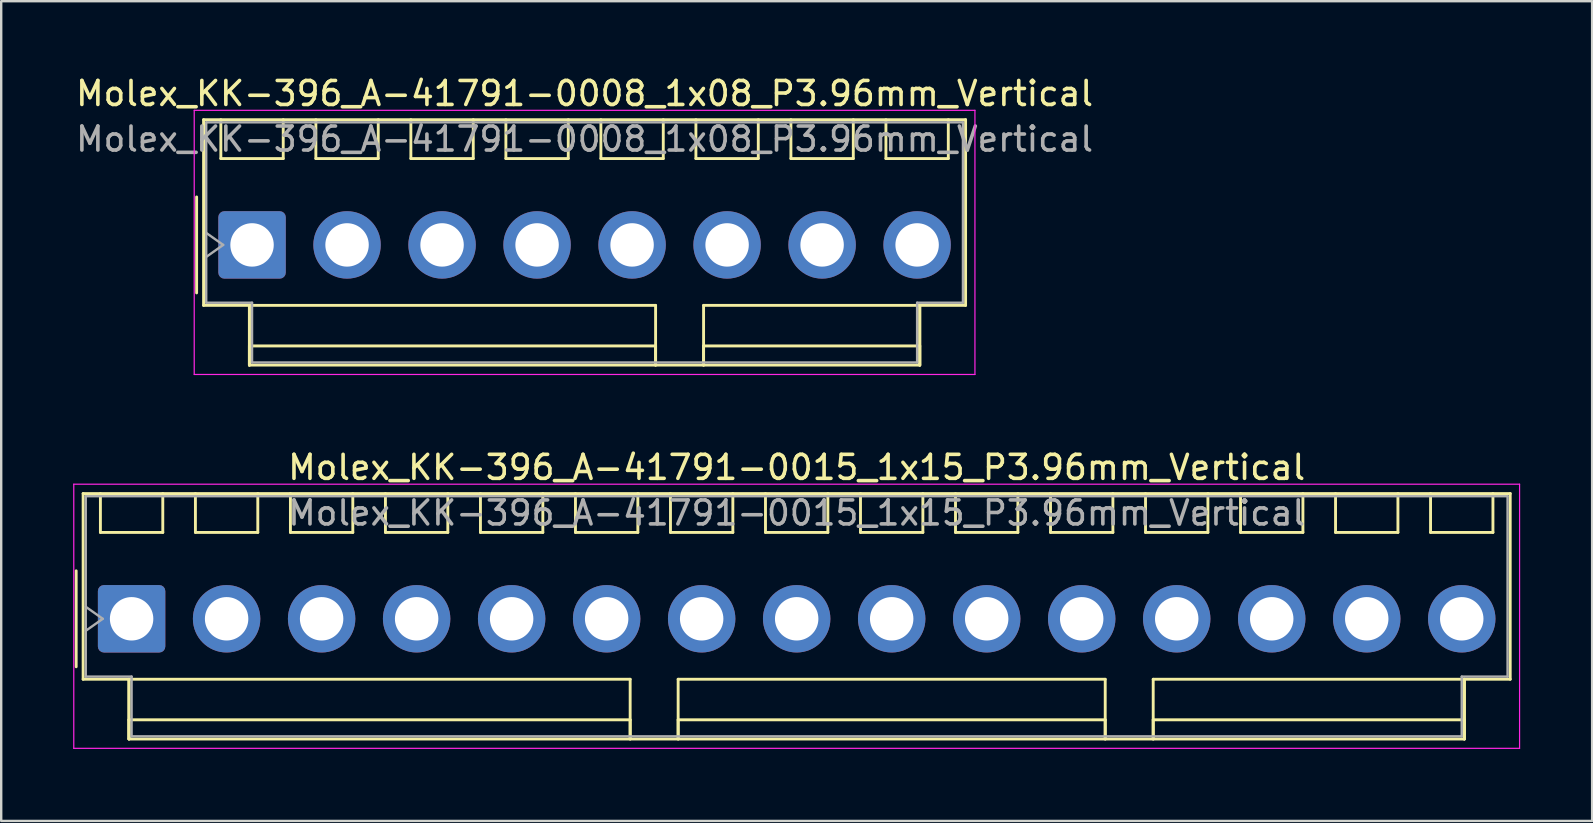
<source format=kicad_pcb>
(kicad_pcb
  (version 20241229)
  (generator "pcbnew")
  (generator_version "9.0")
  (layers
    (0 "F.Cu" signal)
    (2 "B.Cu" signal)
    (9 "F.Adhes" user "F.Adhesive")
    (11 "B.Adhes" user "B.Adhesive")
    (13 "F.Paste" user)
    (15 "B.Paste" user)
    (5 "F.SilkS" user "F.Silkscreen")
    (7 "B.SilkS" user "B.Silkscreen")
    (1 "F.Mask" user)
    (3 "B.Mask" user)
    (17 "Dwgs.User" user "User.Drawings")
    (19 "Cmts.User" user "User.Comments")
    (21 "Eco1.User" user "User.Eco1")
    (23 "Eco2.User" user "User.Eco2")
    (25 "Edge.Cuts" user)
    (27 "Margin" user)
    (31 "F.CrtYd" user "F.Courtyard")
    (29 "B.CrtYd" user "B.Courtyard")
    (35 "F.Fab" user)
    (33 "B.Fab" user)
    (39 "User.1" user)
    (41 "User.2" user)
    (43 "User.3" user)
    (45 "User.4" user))
  (footprint "Molex_KK-396_A-41791-0015_1x15_P3.96mm_Vertical"
    (layer "F.Cu")
    (at 2.435 22.741)
    (property "Reference" "Molex_KK-396_A-41791-0015_1x15_P3.96mm_Vertical" (at 27.72 -6.31 0) (layer "F.SilkS") (effects (font (size 1 1) (thickness 0.15))))
    (attr through_hole)
    (fp_line (start -2.31 -2) (end -2.31 2) (stroke (width 0.12) (type solid)) (layer "F.SilkS"))
    (fp_line (start -2.02 -5.22) (end 57.46 -5.22) (stroke (width 0.12) (type solid)) (layer "F.SilkS"))
    (fp_line (start -2.02 2.52) (end -2.02 -5.22) (stroke (width 0.12) (type solid)) (layer "F.SilkS"))
    (fp_line (start -1.3 -5.22) (end -1.3 -3.6) (stroke (width 0.12) (type solid)) (layer "F.SilkS"))
    (fp_line (start -1.3 -3.6) (end 1.3 -3.6) (stroke (width 0.12) (type solid)) (layer "F.SilkS"))
    (fp_line (start -0.11 2.52) (end -2.02 2.52) (stroke (width 0.12) (type solid)) (layer "F.SilkS"))
    (fp_line (start -0.11 2.52) (end 20.78 2.52) (stroke (width 0.12) (type solid)) (layer "F.SilkS"))
    (fp_line (start -0.11 4.21) (end 20.78 4.21) (stroke (width 0.12) (type solid)) (layer "F.SilkS"))
    (fp_line (start -0.11 5.01) (end -0.11 2.52) (stroke (width 0.12) (type solid)) (layer "F.SilkS"))
    (fp_line (start -0.11 5.01) (end -0.11 2.52) (stroke (width 0.12) (type solid)) (layer "F.SilkS"))
    (fp_line (start -0.11 5.01) (end -0.11 4.21) (stroke (width 0.12) (type solid)) (layer "F.SilkS"))
    (fp_line (start 1.3 -3.6) (end 1.3 -5.22) (stroke (width 0.12) (type solid)) (layer "F.SilkS"))
    (fp_line (start 2.66 -5.22) (end 2.66 -3.6) (stroke (width 0.12) (type solid)) (layer "F.SilkS"))
    (fp_line (start 2.66 -3.6) (end 5.26 -3.6) (stroke (width 0.12) (type solid)) (layer "F.SilkS"))
    (fp_line (start 5.26 -3.6) (end 5.26 -5.22) (stroke (width 0.12) (type solid)) (layer "F.SilkS"))
    (fp_line (start 6.62 -5.22) (end 6.62 -3.6) (stroke (width 0.12) (type solid)) (layer "F.SilkS"))
    (fp_line (start 6.62 -3.6) (end 9.22 -3.6) (stroke (width 0.12) (type solid)) (layer "F.SilkS"))
    (fp_line (start 9.22 -3.6) (end 9.22 -5.22) (stroke (width 0.12) (type solid)) (layer "F.SilkS"))
    (fp_line (start 10.58 -5.22) (end 10.58 -3.6) (stroke (width 0.12) (type solid)) (layer "F.SilkS"))
    (fp_line (start 10.58 -3.6) (end 13.18 -3.6) (stroke (width 0.12) (type solid)) (layer "F.SilkS"))
    (fp_line (start 13.18 -3.6) (end 13.18 -5.22) (stroke (width 0.12) (type solid)) (layer "F.SilkS"))
    (fp_line (start 14.54 -5.22) (end 14.54 -3.6) (stroke (width 0.12) (type solid)) (layer "F.SilkS"))
    (fp_line (start 14.54 -3.6) (end 17.14 -3.6) (stroke (width 0.12) (type solid)) (layer "F.SilkS"))
    (fp_line (start 17.14 -3.6) (end 17.14 -5.22) (stroke (width 0.12) (type solid)) (layer "F.SilkS"))
    (fp_line (start 18.5 -5.22) (end 18.5 -3.6) (stroke (width 0.12) (type solid)) (layer "F.SilkS"))
    (fp_line (start 18.5 -3.6) (end 21.1 -3.6) (stroke (width 0.12) (type solid)) (layer "F.SilkS"))
    (fp_line (start 20.78 2.52) (end 20.78 5.01) (stroke (width 0.12) (type solid)) (layer "F.SilkS"))
    (fp_line (start 20.78 4.21) (end 20.78 5.01) (stroke (width 0.12) (type solid)) (layer "F.SilkS"))
    (fp_line (start 21.1 -3.6) (end 21.1 -5.22) (stroke (width 0.12) (type solid)) (layer "F.SilkS"))
    (fp_line (start 22.46 -5.22) (end 22.46 -3.6) (stroke (width 0.12) (type solid)) (layer "F.SilkS"))
    (fp_line (start 22.46 -3.6) (end 25.06 -3.6) (stroke (width 0.12) (type solid)) (layer "F.SilkS"))
    (fp_line (start 22.78 2.52) (end 40.58 2.52) (stroke (width 0.12) (type solid)) (layer "F.SilkS"))
    (fp_line (start 22.78 4.21) (end 40.58 4.21) (stroke (width 0.12) (type solid)) (layer "F.SilkS"))
    (fp_line (start 22.78 5.01) (end 22.78 2.52) (stroke (width 0.12) (type solid)) (layer "F.SilkS"))
    (fp_line (start 22.78 5.01) (end 22.78 4.21) (stroke (width 0.12) (type solid)) (layer "F.SilkS"))
    (fp_line (start 25.06 -3.6) (end 25.06 -5.22) (stroke (width 0.12) (type solid)) (layer "F.SilkS"))
    (fp_line (start 26.42 -5.22) (end 26.42 -3.6) (stroke (width 0.12) (type solid)) (layer "F.SilkS"))
    (fp_line (start 26.42 -3.6) (end 29.02 -3.6) (stroke (width 0.12) (type solid)) (layer "F.SilkS"))
    (fp_line (start 29.02 -3.6) (end 29.02 -5.22) (stroke (width 0.12) (type solid)) (layer "F.SilkS"))
    (fp_line (start 30.38 -5.22) (end 30.38 -3.6) (stroke (width 0.12) (type solid)) (layer "F.SilkS"))
    (fp_line (start 30.38 -3.6) (end 32.98 -3.6) (stroke (width 0.12) (type solid)) (layer "F.SilkS"))
    (fp_line (start 32.98 -3.6) (end 32.98 -5.22) (stroke (width 0.12) (type solid)) (layer "F.SilkS"))
    (fp_line (start 34.34 -5.22) (end 34.34 -3.6) (stroke (width 0.12) (type solid)) (layer "F.SilkS"))
    (fp_line (start 34.34 -3.6) (end 36.94 -3.6) (stroke (width 0.12) (type solid)) (layer "F.SilkS"))
    (fp_line (start 36.94 -3.6) (end 36.94 -5.22) (stroke (width 0.12) (type solid)) (layer "F.SilkS"))
    (fp_line (start 38.3 -5.22) (end 38.3 -3.6) (stroke (width 0.12) (type solid)) (layer "F.SilkS"))
    (fp_line (start 38.3 -3.6) (end 40.9 -3.6) (stroke (width 0.12) (type solid)) (layer "F.SilkS"))
    (fp_line (start 40.58 2.52) (end 40.58 5.01) (stroke (width 0.12) (type solid)) (layer "F.SilkS"))
    (fp_line (start 40.58 4.21) (end 40.58 5.01) (stroke (width 0.12) (type solid)) (layer "F.SilkS"))
    (fp_line (start 40.9 -3.6) (end 40.9 -5.22) (stroke (width 0.12) (type solid)) (layer "F.SilkS"))
    (fp_line (start 42.26 -5.22) (end 42.26 -3.6) (stroke (width 0.12) (type solid)) (layer "F.SilkS"))
    (fp_line (start 42.26 -3.6) (end 44.86 -3.6) (stroke (width 0.12) (type solid)) (layer "F.SilkS"))
    (fp_line (start 42.58 2.52) (end 42.58 5.01) (stroke (width 0.12) (type solid)) (layer "F.SilkS"))
    (fp_line (start 42.58 4.21) (end 42.58 5.01) (stroke (width 0.12) (type solid)) (layer "F.SilkS"))
    (fp_line (start 44.86 -3.6) (end 44.86 -5.22) (stroke (width 0.12) (type solid)) (layer "F.SilkS"))
    (fp_line (start 46.22 -5.22) (end 46.22 -3.6) (stroke (width 0.12) (type solid)) (layer "F.SilkS"))
    (fp_line (start 46.22 -3.6) (end 48.82 -3.6) (stroke (width 0.12) (type solid)) (layer "F.SilkS"))
    (fp_line (start 48.82 -3.6) (end 48.82 -5.22) (stroke (width 0.12) (type solid)) (layer "F.SilkS"))
    (fp_line (start 50.18 -5.22) (end 50.18 -3.6) (stroke (width 0.12) (type solid)) (layer "F.SilkS"))
    (fp_line (start 50.18 -3.6) (end 52.78 -3.6) (stroke (width 0.12) (type solid)) (layer "F.SilkS"))
    (fp_line (start 52.78 -3.6) (end 52.78 -5.22) (stroke (width 0.12) (type solid)) (layer "F.SilkS"))
    (fp_line (start 54.14 -5.22) (end 54.14 -3.6) (stroke (width 0.12) (type solid)) (layer "F.SilkS"))
    (fp_line (start 54.14 -3.6) (end 56.74 -3.6) (stroke (width 0.12) (type solid)) (layer "F.SilkS"))
    (fp_line (start 55.55 2.52) (end 42.58 2.52) (stroke (width 0.12) (type solid)) (layer "F.SilkS"))
    (fp_line (start 55.55 2.52) (end 55.55 5.01) (stroke (width 0.12) (type solid)) (layer "F.SilkS"))
    (fp_line (start 55.55 4.21) (end 42.58 4.21) (stroke (width 0.12) (type solid)) (layer "F.SilkS"))
    (fp_line (start 55.55 5.01) (end -0.11 5.01) (stroke (width 0.12) (type solid)) (layer "F.SilkS"))
    (fp_line (start 55.55 5.01) (end 55.55 2.52) (stroke (width 0.12) (type solid)) (layer "F.SilkS"))
    (fp_line (start 55.55 5.01) (end 55.55 4.21) (stroke (width 0.12) (type solid)) (layer "F.SilkS"))
    (fp_line (start 56.74 -3.6) (end 56.74 -5.22) (stroke (width 0.12) (type solid)) (layer "F.SilkS"))
    (fp_line (start 57.46 -5.22) (end 57.46 2.52) (stroke (width 0.12) (type solid)) (layer "F.SilkS"))
    (fp_line (start 57.46 2.52) (end 55.55 2.52) (stroke (width 0.12) (type solid)) (layer "F.SilkS"))
    (fp_line (start -2.41 -5.61) (end -2.41 5.4) (stroke (width 0.05) (type solid)) (layer "F.CrtYd"))
    (fp_line (start -2.41 5.4) (end 57.85 5.4) (stroke (width 0.05) (type solid)) (layer "F.CrtYd"))
    (fp_line (start 57.85 -5.61) (end -2.41 -5.61) (stroke (width 0.05) (type solid)) (layer "F.CrtYd"))
    (fp_line (start 57.85 5.4) (end 57.85 -5.61) (stroke (width 0.05) (type solid)) (layer "F.CrtYd"))
    (fp_line (start -1.91 -5.11) (end 57.35 -5.11) (stroke (width 0.1) (type solid)) (layer "F.Fab"))
    (fp_line (start -1.91 -0.5) (end -1.203 0) (stroke (width 0.1) (type solid)) (layer "F.Fab"))
    (fp_line (start -1.91 2.41) (end -1.91 -5.11) (stroke (width 0.1) (type solid)) (layer "F.Fab"))
    (fp_line (start -1.203 0) (end -1.91 0.5) (stroke (width 0.1) (type solid)) (layer "F.Fab"))
    (fp_line (start 0 2.41) (end -1.91 2.41) (stroke (width 0.1) (type solid)) (layer "F.Fab"))
    (fp_line (start 0 4.9) (end 0 2.41) (stroke (width 0.1) (type solid)) (layer "F.Fab"))
    (fp_line (start 55.44 2.41) (end 55.44 4.9) (stroke (width 0.1) (type solid)) (layer "F.Fab"))
    (fp_line (start 55.44 4.9) (end 0 4.9) (stroke (width 0.1) (type solid)) (layer "F.Fab"))
    (fp_line (start 57.35 -5.11) (end 57.35 2.41) (stroke (width 0.1) (type solid)) (layer "F.Fab"))
    (fp_line (start 57.35 2.41) (end 55.44 2.41) (stroke (width 0.1) (type solid)) (layer "F.Fab"))
    (fp_text user "${REFERENCE}" (at 27.72 -4.41 0) (layer "F.Fab") (effects (font (size 1 1) (thickness 0.15))))
    (pad "1" thru_hole roundrect (at 0 0) (size 2.81 2.81) (drill 1.81) (layers "*.Cu" "*.Mask") (roundrect_rratio 0.089))
    (pad "2" thru_hole circle (at 3.96 0) (size 2.81 2.81) (drill 1.81) (layers "*.Cu" "*.Mask"))
    (pad "3" thru_hole circle (at 7.92 0) (size 2.81 2.81) (drill 1.81) (layers "*.Cu" "*.Mask"))
    (pad "4" thru_hole circle (at 11.88 0) (size 2.81 2.81) (drill 1.81) (layers "*.Cu" "*.Mask"))
    (pad "5" thru_hole circle (at 15.84 0) (size 2.81 2.81) (drill 1.81) (layers "*.Cu" "*.Mask"))
    (pad "6" thru_hole circle (at 19.8 0) (size 2.81 2.81) (drill 1.81) (layers "*.Cu" "*.Mask"))
    (pad "7" thru_hole circle (at 23.76 0) (size 2.81 2.81) (drill 1.81) (layers "*.Cu" "*.Mask"))
    (pad "8" thru_hole circle (at 27.72 0) (size 2.81 2.81) (drill 1.81) (layers "*.Cu" "*.Mask"))
    (pad "9" thru_hole circle (at 31.68 0) (size 2.81 2.81) (drill 1.81) (layers "*.Cu" "*.Mask"))
    (pad "10" thru_hole circle (at 35.64 0) (size 2.81 2.81) (drill 1.81) (layers "*.Cu" "*.Mask"))
    (pad "11" thru_hole circle (at 39.6 0) (size 2.81 2.81) (drill 1.81) (layers "*.Cu" "*.Mask"))
    (pad "12" thru_hole circle (at 43.56 0) (size 2.81 2.81) (drill 1.81) (layers "*.Cu" "*.Mask"))
    (pad "13" thru_hole circle (at 47.52 0) (size 2.81 2.81) (drill 1.81) (layers "*.Cu" "*.Mask"))
    (pad "14" thru_hole circle (at 51.48 0) (size 2.81 2.81) (drill 1.81) (layers "*.Cu" "*.Mask"))
    (pad "15" thru_hole circle (at 55.44 0) (size 2.81 2.81) (drill 1.81) (layers "*.Cu" "*.Mask")))
  (footprint "Molex_KK-396_A-41791-0008_1x08_P3.96mm_Vertical"
    (layer "F.Cu")
    (at 7.455 7.158)
    (property "Reference" "Molex_KK-396_A-41791-0008_1x08_P3.96mm_Vertical" (at 13.86 -6.31 0) (layer "F.SilkS") (effects (font (size 1 1) (thickness 0.15))))
    (attr through_hole)
    (fp_line (start -2.31 -2) (end -2.31 2) (stroke (width 0.12) (type solid)) (layer "F.SilkS"))
    (fp_line (start -2.02 -5.22) (end 29.74 -5.22) (stroke (width 0.12) (type solid)) (layer "F.SilkS"))
    (fp_line (start -2.02 2.52) (end -2.02 -5.22) (stroke (width 0.12) (type solid)) (layer "F.SilkS"))
    (fp_line (start -1.3 -5.22) (end -1.3 -3.6) (stroke (width 0.12) (type solid)) (layer "F.SilkS"))
    (fp_line (start -1.3 -3.6) (end 1.3 -3.6) (stroke (width 0.12) (type solid)) (layer "F.SilkS"))
    (fp_line (start -0.11 2.52) (end -2.02 2.52) (stroke (width 0.12) (type solid)) (layer "F.SilkS"))
    (fp_line (start -0.11 2.52) (end 16.82 2.52) (stroke (width 0.12) (type solid)) (layer "F.SilkS"))
    (fp_line (start -0.11 4.21) (end 16.82 4.21) (stroke (width 0.12) (type solid)) (layer "F.SilkS"))
    (fp_line (start -0.11 5.01) (end -0.11 2.52) (stroke (width 0.12) (type solid)) (layer "F.SilkS"))
    (fp_line (start -0.11 5.01) (end -0.11 2.52) (stroke (width 0.12) (type solid)) (layer "F.SilkS"))
    (fp_line (start -0.11 5.01) (end -0.11 4.21) (stroke (width 0.12) (type solid)) (layer "F.SilkS"))
    (fp_line (start 1.3 -3.6) (end 1.3 -5.22) (stroke (width 0.12) (type solid)) (layer "F.SilkS"))
    (fp_line (start 2.66 -5.22) (end 2.66 -3.6) (stroke (width 0.12) (type solid)) (layer "F.SilkS"))
    (fp_line (start 2.66 -3.6) (end 5.26 -3.6) (stroke (width 0.12) (type solid)) (layer "F.SilkS"))
    (fp_line (start 5.26 -3.6) (end 5.26 -5.22) (stroke (width 0.12) (type solid)) (layer "F.SilkS"))
    (fp_line (start 6.62 -5.22) (end 6.62 -3.6) (stroke (width 0.12) (type solid)) (layer "F.SilkS"))
    (fp_line (start 6.62 -3.6) (end 9.22 -3.6) (stroke (width 0.12) (type solid)) (layer "F.SilkS"))
    (fp_line (start 9.22 -3.6) (end 9.22 -5.22) (stroke (width 0.12) (type solid)) (layer "F.SilkS"))
    (fp_line (start 10.58 -5.22) (end 10.58 -3.6) (stroke (width 0.12) (type solid)) (layer "F.SilkS"))
    (fp_line (start 10.58 -3.6) (end 13.18 -3.6) (stroke (width 0.12) (type solid)) (layer "F.SilkS"))
    (fp_line (start 13.18 -3.6) (end 13.18 -5.22) (stroke (width 0.12) (type solid)) (layer "F.SilkS"))
    (fp_line (start 14.54 -5.22) (end 14.54 -3.6) (stroke (width 0.12) (type solid)) (layer "F.SilkS"))
    (fp_line (start 14.54 -3.6) (end 17.14 -3.6) (stroke (width 0.12) (type solid)) (layer "F.SilkS"))
    (fp_line (start 16.82 2.52) (end 16.82 5.01) (stroke (width 0.12) (type solid)) (layer "F.SilkS"))
    (fp_line (start 16.82 4.21) (end 16.82 5.01) (stroke (width 0.12) (type solid)) (layer "F.SilkS"))
    (fp_line (start 17.14 -3.6) (end 17.14 -5.22) (stroke (width 0.12) (type solid)) (layer "F.SilkS"))
    (fp_line (start 18.5 -5.22) (end 18.5 -3.6) (stroke (width 0.12) (type solid)) (layer "F.SilkS"))
    (fp_line (start 18.5 -3.6) (end 21.1 -3.6) (stroke (width 0.12) (type solid)) (layer "F.SilkS"))
    (fp_line (start 18.82 2.52) (end 18.82 5.01) (stroke (width 0.12) (type solid)) (layer "F.SilkS"))
    (fp_line (start 18.82 4.21) (end 18.82 5.01) (stroke (width 0.12) (type solid)) (layer "F.SilkS"))
    (fp_line (start 21.1 -3.6) (end 21.1 -5.22) (stroke (width 0.12) (type solid)) (layer "F.SilkS"))
    (fp_line (start 22.46 -5.22) (end 22.46 -3.6) (stroke (width 0.12) (type solid)) (layer "F.SilkS"))
    (fp_line (start 22.46 -3.6) (end 25.06 -3.6) (stroke (width 0.12) (type solid)) (layer "F.SilkS"))
    (fp_line (start 25.06 -3.6) (end 25.06 -5.22) (stroke (width 0.12) (type solid)) (layer "F.SilkS"))
    (fp_line (start 26.42 -5.22) (end 26.42 -3.6) (stroke (width 0.12) (type solid)) (layer "F.SilkS"))
    (fp_line (start 26.42 -3.6) (end 29.02 -3.6) (stroke (width 0.12) (type solid)) (layer "F.SilkS"))
    (fp_line (start 27.83 2.52) (end 18.82 2.52) (stroke (width 0.12) (type solid)) (layer "F.SilkS"))
    (fp_line (start 27.83 2.52) (end 27.83 5.01) (stroke (width 0.12) (type solid)) (layer "F.SilkS"))
    (fp_line (start 27.83 4.21) (end 18.82 4.21) (stroke (width 0.12) (type solid)) (layer "F.SilkS"))
    (fp_line (start 27.83 5.01) (end -0.11 5.01) (stroke (width 0.12) (type solid)) (layer "F.SilkS"))
    (fp_line (start 27.83 5.01) (end 27.83 2.52) (stroke (width 0.12) (type solid)) (layer "F.SilkS"))
    (fp_line (start 27.83 5.01) (end 27.83 4.21) (stroke (width 0.12) (type solid)) (layer "F.SilkS"))
    (fp_line (start 29.02 -3.6) (end 29.02 -5.22) (stroke (width 0.12) (type solid)) (layer "F.SilkS"))
    (fp_line (start 29.74 -5.22) (end 29.74 2.52) (stroke (width 0.12) (type solid)) (layer "F.SilkS"))
    (fp_line (start 29.74 2.52) (end 27.83 2.52) (stroke (width 0.12) (type solid)) (layer "F.SilkS"))
    (fp_line (start -2.41 -5.61) (end -2.41 5.4) (stroke (width 0.05) (type solid)) (layer "F.CrtYd"))
    (fp_line (start -2.41 5.4) (end 30.13 5.4) (stroke (width 0.05) (type solid)) (layer "F.CrtYd"))
    (fp_line (start 30.13 -5.61) (end -2.41 -5.61) (stroke (width 0.05) (type solid)) (layer "F.CrtYd"))
    (fp_line (start 30.13 5.4) (end 30.13 -5.61) (stroke (width 0.05) (type solid)) (layer "F.CrtYd"))
    (fp_line (start -1.91 -5.11) (end 29.63 -5.11) (stroke (width 0.1) (type solid)) (layer "F.Fab"))
    (fp_line (start -1.91 -0.5) (end -1.203 0) (stroke (width 0.1) (type solid)) (layer "F.Fab"))
    (fp_line (start -1.91 2.41) (end -1.91 -5.11) (stroke (width 0.1) (type solid)) (layer "F.Fab"))
    (fp_line (start -1.203 0) (end -1.91 0.5) (stroke (width 0.1) (type solid)) (layer "F.Fab"))
    (fp_line (start 0 2.41) (end -1.91 2.41) (stroke (width 0.1) (type solid)) (layer "F.Fab"))
    (fp_line (start 0 4.9) (end 0 2.41) (stroke (width 0.1) (type solid)) (layer "F.Fab"))
    (fp_line (start 27.72 2.41) (end 27.72 4.9) (stroke (width 0.1) (type solid)) (layer "F.Fab"))
    (fp_line (start 27.72 4.9) (end 0 4.9) (stroke (width 0.1) (type solid)) (layer "F.Fab"))
    (fp_line (start 29.63 -5.11) (end 29.63 2.41) (stroke (width 0.1) (type solid)) (layer "F.Fab"))
    (fp_line (start 29.63 2.41) (end 27.72 2.41) (stroke (width 0.1) (type solid)) (layer "F.Fab"))
    (fp_text user "${REFERENCE}" (at 13.86 -4.41 0) (layer "F.Fab") (effects (font (size 1 1) (thickness 0.15))))
    (pad "1" thru_hole roundrect (at 0 0) (size 2.81 2.81) (drill 1.81) (layers "*.Cu" "*.Mask") (roundrect_rratio 0.089))
    (pad "2" thru_hole circle (at 3.96 0) (size 2.81 2.81) (drill 1.81) (layers "*.Cu" "*.Mask"))
    (pad "3" thru_hole circle (at 7.92 0) (size 2.81 2.81) (drill 1.81) (layers "*.Cu" "*.Mask"))
    (pad "4" thru_hole circle (at 11.88 0) (size 2.81 2.81) (drill 1.81) (layers "*.Cu" "*.Mask"))
    (pad "5" thru_hole circle (at 15.84 0) (size 2.81 2.81) (drill 1.81) (layers "*.Cu" "*.Mask"))
    (pad "6" thru_hole circle (at 19.8 0) (size 2.81 2.81) (drill 1.81) (layers "*.Cu" "*.Mask"))
    (pad "7" thru_hole circle (at 23.76 0) (size 2.81 2.81) (drill 1.81) (layers "*.Cu" "*.Mask"))
    (pad "8" thru_hole circle (at 27.72 0) (size 2.81 2.81) (drill 1.81) (layers "*.Cu" "*.Mask")))
  (gr_rect
    (start -3 -3)
    (end 63.31 31.166)
    (stroke (width 0.1) (type default))
    (fill no)
    (layer "Edge.Cuts")))
</source>
